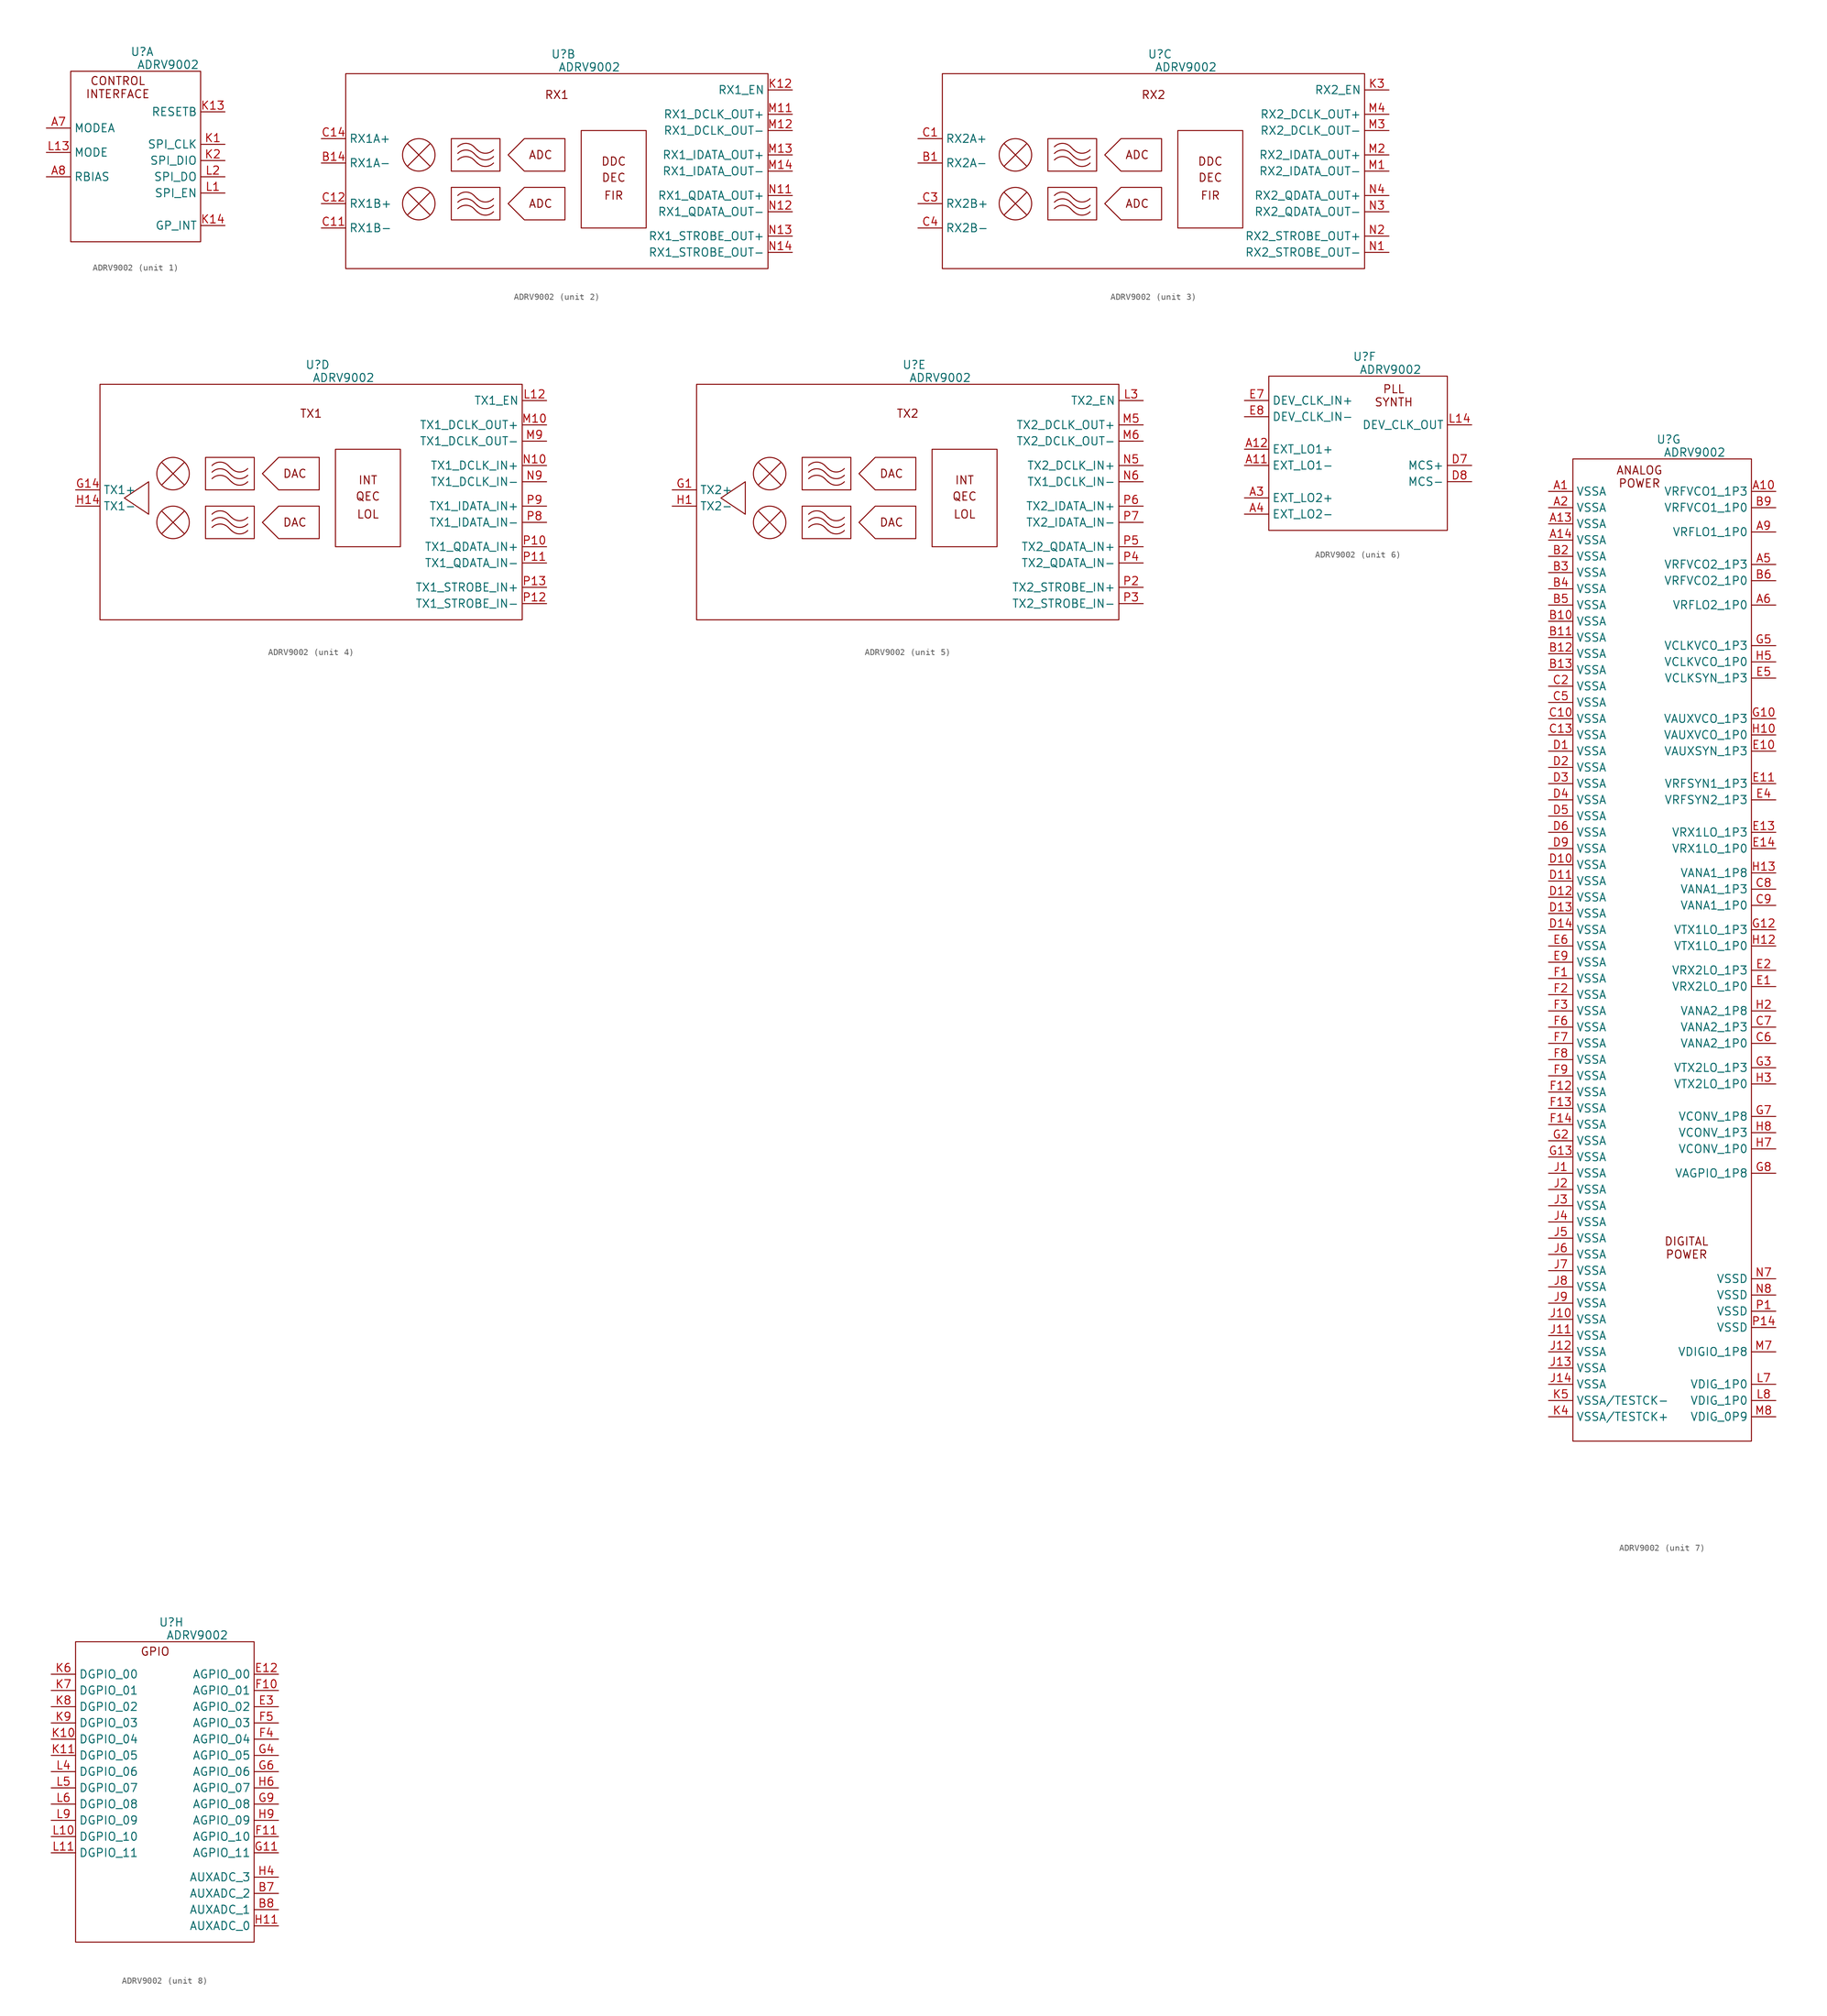
<source format=kicad_sym>
(kicad_symbol_lib
  (version 20231120)
  (generator "kicad_symbol_editor")
  (generator_version "8.0")
  (symbol "ADRV9002"
    (property "Reference" "U"
      (at 1.016 19.558 0)
      (effects (font (size 1.27 1.27))))
    (property "Value" "ADRV9002"
      (at 5.08 17.526 0)
      (effects (font (size 1.27 1.27))))
    (property "ki_locked" ""
      (at 0 0 0)
      (effects (font (size 1.27 1.27))))
    (symbol "ADRV9002_1_1"
      (rectangle (start -10.16 16.51) (end 10.16 -10.16) (stroke (width 0) (type default)) (fill (type none)))
      (text "CONTROL\nINTERFACE" (at -2.794 13.97 0) (effects (font (size 1.27 1.27))))
      (pin input line (at -13.97 7.62 0) (length 3.81) (name "MODEA" (effects (font (size 1.27 1.27)))) (number "A7" (effects (font (size 1.27 1.27)))))
      (pin passive line (at -13.97 0 0) (length 3.81) (name "RBIAS" (effects (font (size 1.27 1.27)))) (number "A8" (effects (font (size 1.27 1.27)))))
      (pin input line (at 13.97 5.08 180) (length 3.81) (name "SPI_CLK" (effects (font (size 1.27 1.27)))) (number "K1" (effects (font (size 1.27 1.27)))))
      (pin input line (at 13.97 10.16 180) (length 3.81) (name "RESETB" (effects (font (size 1.27 1.27)))) (number "K13" (effects (font (size 1.27 1.27)))))
      (pin output line (at 13.97 -7.62 180) (length 3.81) (name "GP_INT" (effects (font (size 1.27 1.27)))) (number "K14" (effects (font (size 1.27 1.27)))))
      (pin bidirectional line (at 13.97 2.54 180) (length 3.81) (name "SPI_DIO" (effects (font (size 1.27 1.27)))) (number "K2" (effects (font (size 1.27 1.27)))))
      (pin bidirectional line (at 13.97 -2.54 180) (length 3.81) (name "SPI_EN" (effects (font (size 1.27 1.27)))) (number "L1" (effects (font (size 1.27 1.27)))))
      (pin input line (at -13.97 3.81 0) (length 3.81) (name "MODE" (effects (font (size 1.27 1.27)))) (number "L13" (effects (font (size 1.27 1.27)))))
      (pin output line (at 13.97 0 180) (length 3.81) (name "SPI_DO" (effects (font (size 1.27 1.27)))) (number "L2" (effects (font (size 1.27 1.27))))))
    (symbol "ADRV9002_2_1"
      (rectangle (start -33.02 16.51) (end 33.02 -13.97) (stroke (width 0) (type default)) (fill (type none)))
      (circle (center -21.59 -3.81) (radius 2.54) (stroke (width 0) (type default)) (fill (type none)))
      (circle (center -21.59 3.81) (radius 2.54) (stroke (width 0) (type default)) (fill (type none)))
      (rectangle (start -16.51 -1.27) (end -8.89 -6.35) (stroke (width 0) (type default)) (fill (type none)))
      (rectangle (start -16.51 6.35) (end -8.89 1.27) (stroke (width 0) (type default)) (fill (type none)))
      (arc (start -12.954 -4.6028) (mid -14.224 -4.0676) (end -15.494 -4.6028) (stroke (width 0) (type default)) (fill (type none)))
      (arc (start -12.954 -3.5868) (mid -14.224 -3.0516) (end -15.494 -3.5868) (stroke (width 0) (type default)) (fill (type none)))
      (arc (start -12.954 -2.54) (mid -14.224 -2.0048) (end -15.494 -2.54) (stroke (width 0) (type default)) (fill (type none)))
      (arc (start -12.954 3.0172) (mid -14.224 3.5524) (end -15.494 3.0172) (stroke (width 0) (type default)) (fill (type none)))
      (arc (start -12.954 4.0332) (mid -14.224 4.5684) (end -15.494 4.0332) (stroke (width 0) (type default)) (fill (type none)))
      (arc (start -12.954 5.08) (mid -14.224 5.6152) (end -15.494 5.08) (stroke (width 0) (type default)) (fill (type none)))
      (arc (start -12.446 -5.08) (mid -11.176 -5.6152) (end -9.906 -5.08) (stroke (width 0) (type default)) (fill (type none)))
      (arc (start -12.446 -4.064) (mid -11.176 -4.5992) (end -9.906 -4.064) (stroke (width 0) (type default)) (fill (type none)))
      (arc (start -12.446 -3.0172) (mid -11.176 -3.5524) (end -9.906 -3.0172) (stroke (width 0) (type default)) (fill (type none)))
      (arc (start -12.446 2.54) (mid -11.176 2.0048) (end -9.906 2.54) (stroke (width 0) (type default)) (fill (type none)))
      (arc (start -12.446 3.556) (mid -11.176 3.0208) (end -9.906 3.556) (stroke (width 0) (type default)) (fill (type none)))
      (arc (start -12.446 4.6028) (mid -11.176 4.0676) (end -9.906 4.6028) (stroke (width 0) (type default)) (fill (type none)))
      (polyline (pts (xy -23.368 -5.588) (xy -21.59 -3.81)) (stroke (width 0) (type default)) (fill (type none)))
      (polyline (pts (xy -23.368 2.032) (xy -21.59 3.81)) (stroke (width 0) (type default)) (fill (type none)))
      (polyline (pts (xy -21.59 -3.81) (xy -23.368 -2.032)) (stroke (width 0) (type default)) (fill (type none)))
      (polyline (pts (xy -21.59 -3.81) (xy -19.812 -2.032)) (stroke (width 0) (type default)) (fill (type none)))
      (polyline (pts (xy -21.59 3.81) (xy -23.368 5.588)) (stroke (width 0) (type default)) (fill (type none)))
      (polyline (pts (xy -21.59 3.81) (xy -19.812 5.588)) (stroke (width 0) (type default)) (fill (type none)))
      (polyline (pts (xy -19.812 -5.588) (xy -21.59 -3.81)) (stroke (width 0) (type default)) (fill (type none)))
      (polyline (pts (xy -19.812 2.032) (xy -21.59 3.81)) (stroke (width 0) (type default)) (fill (type none)))
      (polyline (pts (xy -12.954 -4.603) (xy -12.446 -5.111)) (stroke (width 0) (type default)) (fill (type none)))
      (polyline (pts (xy -12.954 -3.587) (xy -12.446 -4.095)) (stroke (width 0) (type default)) (fill (type none)))
      (polyline (pts (xy -12.954 -2.54) (xy -12.446 -3.048)) (stroke (width 0) (type default)) (fill (type none)))
      (polyline (pts (xy -12.954 3.017) (xy -12.446 2.509)) (stroke (width 0) (type default)) (fill (type none)))
      (polyline (pts (xy -12.954 4.033) (xy -12.446 3.525)) (stroke (width 0) (type default)) (fill (type none)))
      (polyline (pts (xy -12.954 5.08) (xy -12.446 4.572)) (stroke (width 0) (type default)) (fill (type none)))
      (polyline (pts (xy -7.62 -3.81) (xy -5.08 -1.27) (xy 1.27 -1.27) (xy 1.27 -6.35) (xy -5.08 -6.35) (xy -7.62 -3.81)) (stroke (width 0) (type default)) (fill (type none)))
      (polyline (pts (xy -7.62 3.81) (xy -5.08 6.35) (xy 1.27 6.35) (xy 1.27 1.27) (xy -5.08 1.27) (xy -7.62 3.81)) (stroke (width 0) (type default)) (fill (type none)))
      (rectangle (start 3.81 7.62) (end 13.97 -7.62) (stroke (width 0) (type default)) (fill (type none)))
      (text "ADC" (at -2.54 -3.81 0) (effects (font (size 1.27 1.27))))
      (text "ADC" (at -2.54 3.81 0) (effects (font (size 1.27 1.27))))
      (text "DDC" (at 8.89 2.794 0) (effects (font (size 1.27 1.27))))
      (text "DEC" (at 8.89 0.254 0) (effects (font (size 1.27 1.27))))
      (text "FIR" (at 8.89 -2.54 0) (effects (font (size 1.27 1.27))))
      (text "RX1" (at 0 13.208 0) (effects (font (size 1.27 1.27))))
      (pin input line (at -36.83 2.54 0) (length 3.81) (name "RX1A-" (effects (font (size 1.27 1.27)))) (number "B14" (effects (font (size 1.27 1.27)))))
      (pin input line (at -36.83 -7.62 0) (length 3.81) (name "RX1B-" (effects (font (size 1.27 1.27)))) (number "C11" (effects (font (size 1.27 1.27)))))
      (pin input line (at -36.83 -3.81 0) (length 3.81) (name "RX1B+" (effects (font (size 1.27 1.27)))) (number "C12" (effects (font (size 1.27 1.27)))))
      (pin input line (at -36.83 6.35 0) (length 3.81) (name "RX1A+" (effects (font (size 1.27 1.27)))) (number "C14" (effects (font (size 1.27 1.27)))))
      (pin input line (at 36.83 13.97 180) (length 3.81) (name "RX1_EN" (effects (font (size 1.27 1.27)))) (number "K12" (effects (font (size 1.27 1.27)))))
      (pin output line (at 36.83 10.16 180) (length 3.81) (name "RX1_DCLK_OUT+" (effects (font (size 1.27 1.27)))) (number "M11" (effects (font (size 1.27 1.27)))))
      (pin output line (at 36.83 7.62 180) (length 3.81) (name "RX1_DCLK_OUT-" (effects (font (size 1.27 1.27)))) (number "M12" (effects (font (size 1.27 1.27)))))
      (pin output line (at 36.83 3.81 180) (length 3.81) (name "RX1_IDATA_OUT+" (effects (font (size 1.27 1.27)))) (number "M13" (effects (font (size 1.27 1.27)))))
      (pin output line (at 36.83 1.27 180) (length 3.81) (name "RX1_IDATA_OUT-" (effects (font (size 1.27 1.27)))) (number "M14" (effects (font (size 1.27 1.27)))))
      (pin output line (at 36.83 -2.54 180) (length 3.81) (name "RX1_QDATA_OUT+" (effects (font (size 1.27 1.27)))) (number "N11" (effects (font (size 1.27 1.27)))))
      (pin output line (at 36.83 -5.08 180) (length 3.81) (name "RX1_QDATA_OUT-" (effects (font (size 1.27 1.27)))) (number "N12" (effects (font (size 1.27 1.27)))))
      (pin output line (at 36.83 -8.89 180) (length 3.81) (name "RX1_STROBE_OUT+" (effects (font (size 1.27 1.27)))) (number "N13" (effects (font (size 1.27 1.27)))))
      (pin output line (at 36.83 -11.43 180) (length 3.81) (name "RX1_STROBE_OUT-" (effects (font (size 1.27 1.27)))) (number "N14" (effects (font (size 1.27 1.27))))))
    (symbol "ADRV9002_3_1"
      (rectangle (start -33.02 16.51) (end 33.02 -13.97) (stroke (width 0) (type default)) (fill (type none)))
      (circle (center -21.59 -3.81) (radius 2.54) (stroke (width 0) (type default)) (fill (type none)))
      (circle (center -21.59 3.81) (radius 2.54) (stroke (width 0) (type default)) (fill (type none)))
      (rectangle (start -16.51 -1.27) (end -8.89 -6.35) (stroke (width 0) (type default)) (fill (type none)))
      (rectangle (start -16.51 6.35) (end -8.89 1.27) (stroke (width 0) (type default)) (fill (type none)))
      (arc (start -12.954 -4.6028) (mid -14.224 -4.0676) (end -15.494 -4.6028) (stroke (width 0) (type default)) (fill (type none)))
      (arc (start -12.954 -3.5868) (mid -14.224 -3.0516) (end -15.494 -3.5868) (stroke (width 0) (type default)) (fill (type none)))
      (arc (start -12.954 -2.54) (mid -14.224 -2.0048) (end -15.494 -2.54) (stroke (width 0) (type default)) (fill (type none)))
      (arc (start -12.954 3.0172) (mid -14.224 3.5524) (end -15.494 3.0172) (stroke (width 0) (type default)) (fill (type none)))
      (arc (start -12.954 4.0332) (mid -14.224 4.5684) (end -15.494 4.0332) (stroke (width 0) (type default)) (fill (type none)))
      (arc (start -12.954 5.08) (mid -14.224 5.6152) (end -15.494 5.08) (stroke (width 0) (type default)) (fill (type none)))
      (arc (start -12.446 -5.08) (mid -11.176 -5.6152) (end -9.906 -5.08) (stroke (width 0) (type default)) (fill (type none)))
      (arc (start -12.446 -4.064) (mid -11.176 -4.5992) (end -9.906 -4.064) (stroke (width 0) (type default)) (fill (type none)))
      (arc (start -12.446 -3.0172) (mid -11.176 -3.5524) (end -9.906 -3.0172) (stroke (width 0) (type default)) (fill (type none)))
      (arc (start -12.446 2.54) (mid -11.176 2.0048) (end -9.906 2.54) (stroke (width 0) (type default)) (fill (type none)))
      (arc (start -12.446 3.556) (mid -11.176 3.0208) (end -9.906 3.556) (stroke (width 0) (type default)) (fill (type none)))
      (arc (start -12.446 4.6028) (mid -11.176 4.0676) (end -9.906 4.6028) (stroke (width 0) (type default)) (fill (type none)))
      (polyline (pts (xy -23.368 -5.588) (xy -21.59 -3.81)) (stroke (width 0) (type default)) (fill (type none)))
      (polyline (pts (xy -23.368 2.032) (xy -21.59 3.81)) (stroke (width 0) (type default)) (fill (type none)))
      (polyline (pts (xy -21.59 -3.81) (xy -23.368 -2.032)) (stroke (width 0) (type default)) (fill (type none)))
      (polyline (pts (xy -21.59 -3.81) (xy -19.812 -2.032)) (stroke (width 0) (type default)) (fill (type none)))
      (polyline (pts (xy -21.59 3.81) (xy -23.368 5.588)) (stroke (width 0) (type default)) (fill (type none)))
      (polyline (pts (xy -21.59 3.81) (xy -19.812 5.588)) (stroke (width 0) (type default)) (fill (type none)))
      (polyline (pts (xy -19.812 -5.588) (xy -21.59 -3.81)) (stroke (width 0) (type default)) (fill (type none)))
      (polyline (pts (xy -19.812 2.032) (xy -21.59 3.81)) (stroke (width 0) (type default)) (fill (type none)))
      (polyline (pts (xy -12.954 -4.603) (xy -12.446 -5.111)) (stroke (width 0) (type default)) (fill (type none)))
      (polyline (pts (xy -12.954 -3.587) (xy -12.446 -4.095)) (stroke (width 0) (type default)) (fill (type none)))
      (polyline (pts (xy -12.954 -2.54) (xy -12.446 -3.048)) (stroke (width 0) (type default)) (fill (type none)))
      (polyline (pts (xy -12.954 3.017) (xy -12.446 2.509)) (stroke (width 0) (type default)) (fill (type none)))
      (polyline (pts (xy -12.954 4.033) (xy -12.446 3.525)) (stroke (width 0) (type default)) (fill (type none)))
      (polyline (pts (xy -12.954 5.08) (xy -12.446 4.572)) (stroke (width 0) (type default)) (fill (type none)))
      (polyline (pts (xy -7.62 -3.81) (xy -5.08 -1.27) (xy 1.27 -1.27) (xy 1.27 -6.35) (xy -5.08 -6.35) (xy -7.62 -3.81)) (stroke (width 0) (type default)) (fill (type none)))
      (polyline (pts (xy -7.62 3.81) (xy -5.08 6.35) (xy 1.27 6.35) (xy 1.27 1.27) (xy -5.08 1.27) (xy -7.62 3.81)) (stroke (width 0) (type default)) (fill (type none)))
      (rectangle (start 3.81 7.62) (end 13.97 -7.62) (stroke (width 0) (type default)) (fill (type none)))
      (text "ADC" (at -2.54 -3.81 0) (effects (font (size 1.27 1.27))))
      (text "ADC" (at -2.54 3.81 0) (effects (font (size 1.27 1.27))))
      (text "DDC" (at 8.89 2.794 0) (effects (font (size 1.27 1.27))))
      (text "DEC" (at 8.89 0.254 0) (effects (font (size 1.27 1.27))))
      (text "FIR" (at 8.89 -2.54 0) (effects (font (size 1.27 1.27))))
      (text "RX2" (at 0 13.208 0) (effects (font (size 1.27 1.27))))
      (pin input line (at -36.83 2.54 0) (length 3.81) (name "RX2A-" (effects (font (size 1.27 1.27)))) (number "B1" (effects (font (size 1.27 1.27)))))
      (pin input line (at -36.83 6.35 0) (length 3.81) (name "RX2A+" (effects (font (size 1.27 1.27)))) (number "C1" (effects (font (size 1.27 1.27)))))
      (pin input line (at -36.83 -3.81 0) (length 3.81) (name "RX2B+" (effects (font (size 1.27 1.27)))) (number "C3" (effects (font (size 1.27 1.27)))))
      (pin input line (at -36.83 -7.62 0) (length 3.81) (name "RX2B-" (effects (font (size 1.27 1.27)))) (number "C4" (effects (font (size 1.27 1.27)))))
      (pin input line (at 36.83 13.97 180) (length 3.81) (name "RX2_EN" (effects (font (size 1.27 1.27)))) (number "K3" (effects (font (size 1.27 1.27)))))
      (pin output line (at 36.83 1.27 180) (length 3.81) (name "RX2_IDATA_OUT-" (effects (font (size 1.27 1.27)))) (number "M1" (effects (font (size 1.27 1.27)))))
      (pin output line (at 36.83 3.81 180) (length 3.81) (name "RX2_IDATA_OUT+" (effects (font (size 1.27 1.27)))) (number "M2" (effects (font (size 1.27 1.27)))))
      (pin output line (at 36.83 7.62 180) (length 3.81) (name "RX2_DCLK_OUT-" (effects (font (size 1.27 1.27)))) (number "M3" (effects (font (size 1.27 1.27)))))
      (pin output line (at 36.83 10.16 180) (length 3.81) (name "RX2_DCLK_OUT+" (effects (font (size 1.27 1.27)))) (number "M4" (effects (font (size 1.27 1.27)))))
      (pin output line (at 36.83 -11.43 180) (length 3.81) (name "RX2_STROBE_OUT-" (effects (font (size 1.27 1.27)))) (number "N1" (effects (font (size 1.27 1.27)))))
      (pin output line (at 36.83 -8.89 180) (length 3.81) (name "RX2_STROBE_OUT+" (effects (font (size 1.27 1.27)))) (number "N2" (effects (font (size 1.27 1.27)))))
      (pin output line (at 36.83 -5.08 180) (length 3.81) (name "RX2_QDATA_OUT-" (effects (font (size 1.27 1.27)))) (number "N3" (effects (font (size 1.27 1.27)))))
      (pin output line (at 36.83 -2.54 180) (length 3.81) (name "RX2_QDATA_OUT+" (effects (font (size 1.27 1.27)))) (number "N4" (effects (font (size 1.27 1.27))))))
    (symbol "ADRV9002_4_1"
      (rectangle (start -33.02 16.51) (end 33.02 -20.32) (stroke (width 0) (type default)) (fill (type none)))
      (circle (center -21.59 -5.08) (radius 2.54) (stroke (width 0) (type default)) (fill (type none)))
      (circle (center -21.59 2.54) (radius 2.54) (stroke (width 0) (type default)) (fill (type none)))
      (rectangle (start -16.51 -2.54) (end -8.89 -7.62) (stroke (width 0) (type default)) (fill (type none)))
      (rectangle (start -16.51 5.08) (end -8.89 0) (stroke (width 0) (type default)) (fill (type none)))
      (arc (start -12.954 -5.8728) (mid -14.224 -5.3376) (end -15.494 -5.8728) (stroke (width 0) (type default)) (fill (type none)))
      (arc (start -12.954 -4.8568) (mid -14.224 -4.3216) (end -15.494 -4.8568) (stroke (width 0) (type default)) (fill (type none)))
      (arc (start -12.954 -3.81) (mid -14.224 -3.2748) (end -15.494 -3.81) (stroke (width 0) (type default)) (fill (type none)))
      (arc (start -12.954 1.7472) (mid -14.224 2.2824) (end -15.494 1.7472) (stroke (width 0) (type default)) (fill (type none)))
      (arc (start -12.954 2.7632) (mid -14.224 3.2984) (end -15.494 2.7632) (stroke (width 0) (type default)) (fill (type none)))
      (arc (start -12.954 3.81) (mid -14.224 4.3452) (end -15.494 3.81) (stroke (width 0) (type default)) (fill (type none)))
      (arc (start -12.446 -6.35) (mid -11.176 -6.8852) (end -9.906 -6.35) (stroke (width 0) (type default)) (fill (type none)))
      (arc (start -12.446 -5.334) (mid -11.176 -5.8692) (end -9.906 -5.334) (stroke (width 0) (type default)) (fill (type none)))
      (arc (start -12.446 -4.2872) (mid -11.176 -4.8224) (end -9.906 -4.2872) (stroke (width 0) (type default)) (fill (type none)))
      (arc (start -12.446 1.27) (mid -11.176 0.7348) (end -9.906 1.27) (stroke (width 0) (type default)) (fill (type none)))
      (arc (start -12.446 2.286) (mid -11.176 1.7508) (end -9.906 2.286) (stroke (width 0) (type default)) (fill (type none)))
      (arc (start -12.446 3.3328) (mid -11.176 2.7976) (end -9.906 3.3328) (stroke (width 0) (type default)) (fill (type none)))
      (polyline (pts (xy -23.368 -6.858) (xy -21.59 -5.08)) (stroke (width 0) (type default)) (fill (type none)))
      (polyline (pts (xy -23.368 0.762) (xy -21.59 2.54)) (stroke (width 0) (type default)) (fill (type none)))
      (polyline (pts (xy -21.59 -5.08) (xy -23.368 -3.302)) (stroke (width 0) (type default)) (fill (type none)))
      (polyline (pts (xy -21.59 -5.08) (xy -19.812 -3.302)) (stroke (width 0) (type default)) (fill (type none)))
      (polyline (pts (xy -21.59 2.54) (xy -23.368 4.318)) (stroke (width 0) (type default)) (fill (type none)))
      (polyline (pts (xy -21.59 2.54) (xy -19.812 4.318)) (stroke (width 0) (type default)) (fill (type none)))
      (polyline (pts (xy -19.812 -6.858) (xy -21.59 -5.08)) (stroke (width 0) (type default)) (fill (type none)))
      (polyline (pts (xy -19.812 0.762) (xy -21.59 2.54)) (stroke (width 0) (type default)) (fill (type none)))
      (polyline (pts (xy -12.954 -5.873) (xy -12.446 -6.381)) (stroke (width 0) (type default)) (fill (type none)))
      (polyline (pts (xy -12.954 -4.857) (xy -12.446 -5.365)) (stroke (width 0) (type default)) (fill (type none)))
      (polyline (pts (xy -12.954 -3.81) (xy -12.446 -4.318)) (stroke (width 0) (type default)) (fill (type none)))
      (polyline (pts (xy -12.954 1.747) (xy -12.446 1.239)) (stroke (width 0) (type default)) (fill (type none)))
      (polyline (pts (xy -12.954 2.763) (xy -12.446 2.255)) (stroke (width 0) (type default)) (fill (type none)))
      (polyline (pts (xy -12.954 3.81) (xy -12.446 3.302)) (stroke (width 0) (type default)) (fill (type none)))
      (polyline (pts (xy -25.4 -3.81) (xy -29.21 -1.27) (xy -25.4 1.27) (xy -25.4 -3.81)) (stroke (width 0) (type default)) (fill (type none)))
      (polyline (pts (xy -7.62 -5.08) (xy -5.08 -2.54) (xy 1.27 -2.54) (xy 1.27 -7.62) (xy -5.08 -7.62) (xy -7.62 -5.08)) (stroke (width 0) (type default)) (fill (type none)))
      (polyline (pts (xy -7.62 2.54) (xy -5.08 5.08) (xy 1.27 5.08) (xy 1.27 0) (xy -5.08 0) (xy -7.62 2.54)) (stroke (width 0) (type default)) (fill (type none)))
      (rectangle (start 3.81 6.35) (end 13.97 -8.89) (stroke (width 0) (type default)) (fill (type none)))
      (text "DAC" (at -2.54 -5.08 0) (effects (font (size 1.27 1.27))))
      (text "DAC" (at -2.54 2.54 0) (effects (font (size 1.27 1.27))))
      (text "INT" (at 8.89 1.524 0) (effects (font (size 1.27 1.27))))
      (text "LOL" (at 8.89 -3.81 0) (effects (font (size 1.27 1.27))))
      (text "QEC" (at 8.89 -1.016 0) (effects (font (size 1.27 1.27))))
      (text "TX1" (at 0 11.938 0) (effects (font (size 1.27 1.27))))
      (pin output line (at -36.83 0 0) (length 3.81) (name "TX1+" (effects (font (size 1.27 1.27)))) (number "G14" (effects (font (size 1.27 1.27)))))
      (pin output line (at -36.83 -2.54 0) (length 3.81) (name "TX1-" (effects (font (size 1.27 1.27)))) (number "H14" (effects (font (size 1.27 1.27)))))
      (pin input line (at 36.83 13.97 180) (length 3.81) (name "TX1_EN" (effects (font (size 1.27 1.27)))) (number "L12" (effects (font (size 1.27 1.27)))))
      (pin output line (at 36.83 10.16 180) (length 3.81) (name "TX1_DCLK_OUT+" (effects (font (size 1.27 1.27)))) (number "M10" (effects (font (size 1.27 1.27)))))
      (pin output line (at 36.83 7.62 180) (length 3.81) (name "TX1_DCLK_OUT-" (effects (font (size 1.27 1.27)))) (number "M9" (effects (font (size 1.27 1.27)))))
      (pin input line (at 36.83 3.81 180) (length 3.81) (name "TX1_DCLK_IN+" (effects (font (size 1.27 1.27)))) (number "N10" (effects (font (size 1.27 1.27)))))
      (pin input line (at 36.83 1.27 180) (length 3.81) (name "TX1_DCLK_IN-" (effects (font (size 1.27 1.27)))) (number "N9" (effects (font (size 1.27 1.27)))))
      (pin input line (at 36.83 -8.89 180) (length 3.81) (name "TX1_QDATA_IN+" (effects (font (size 1.27 1.27)))) (number "P10" (effects (font (size 1.27 1.27)))))
      (pin input line (at 36.83 -11.43 180) (length 3.81) (name "TX1_QDATA_IN-" (effects (font (size 1.27 1.27)))) (number "P11" (effects (font (size 1.27 1.27)))))
      (pin input line (at 36.83 -17.78 180) (length 3.81) (name "TX1_STROBE_IN-" (effects (font (size 1.27 1.27)))) (number "P12" (effects (font (size 1.27 1.27)))))
      (pin input line (at 36.83 -15.24 180) (length 3.81) (name "TX1_STROBE_IN+" (effects (font (size 1.27 1.27)))) (number "P13" (effects (font (size 1.27 1.27)))))
      (pin input line (at 36.83 -5.08 180) (length 3.81) (name "TX1_IDATA_IN-" (effects (font (size 1.27 1.27)))) (number "P8" (effects (font (size 1.27 1.27)))))
      (pin input line (at 36.83 -2.54 180) (length 3.81) (name "TX1_IDATA_IN+" (effects (font (size 1.27 1.27)))) (number "P9" (effects (font (size 1.27 1.27))))))
    (symbol "ADRV9002_5_1"
      (rectangle (start -33.02 16.51) (end 33.02 -20.32) (stroke (width 0) (type default)) (fill (type none)))
      (circle (center -21.59 -5.08) (radius 2.54) (stroke (width 0) (type default)) (fill (type none)))
      (circle (center -21.59 2.54) (radius 2.54) (stroke (width 0) (type default)) (fill (type none)))
      (rectangle (start -16.51 -2.54) (end -8.89 -7.62) (stroke (width 0) (type default)) (fill (type none)))
      (rectangle (start -16.51 5.08) (end -8.89 0) (stroke (width 0) (type default)) (fill (type none)))
      (arc (start -12.954 -5.8728) (mid -14.224 -5.3376) (end -15.494 -5.8728) (stroke (width 0) (type default)) (fill (type none)))
      (arc (start -12.954 -4.8568) (mid -14.224 -4.3216) (end -15.494 -4.8568) (stroke (width 0) (type default)) (fill (type none)))
      (arc (start -12.954 -3.81) (mid -14.224 -3.2748) (end -15.494 -3.81) (stroke (width 0) (type default)) (fill (type none)))
      (arc (start -12.954 1.7472) (mid -14.224 2.2824) (end -15.494 1.7472) (stroke (width 0) (type default)) (fill (type none)))
      (arc (start -12.954 2.7632) (mid -14.224 3.2984) (end -15.494 2.7632) (stroke (width 0) (type default)) (fill (type none)))
      (arc (start -12.954 3.81) (mid -14.224 4.3452) (end -15.494 3.81) (stroke (width 0) (type default)) (fill (type none)))
      (arc (start -12.446 -6.35) (mid -11.176 -6.8852) (end -9.906 -6.35) (stroke (width 0) (type default)) (fill (type none)))
      (arc (start -12.446 -5.334) (mid -11.176 -5.8692) (end -9.906 -5.334) (stroke (width 0) (type default)) (fill (type none)))
      (arc (start -12.446 -4.2872) (mid -11.176 -4.8224) (end -9.906 -4.2872) (stroke (width 0) (type default)) (fill (type none)))
      (arc (start -12.446 1.27) (mid -11.176 0.7348) (end -9.906 1.27) (stroke (width 0) (type default)) (fill (type none)))
      (arc (start -12.446 2.286) (mid -11.176 1.7508) (end -9.906 2.286) (stroke (width 0) (type default)) (fill (type none)))
      (arc (start -12.446 3.3328) (mid -11.176 2.7976) (end -9.906 3.3328) (stroke (width 0) (type default)) (fill (type none)))
      (polyline (pts (xy -23.368 -6.858) (xy -21.59 -5.08)) (stroke (width 0) (type default)) (fill (type none)))
      (polyline (pts (xy -23.368 0.762) (xy -21.59 2.54)) (stroke (width 0) (type default)) (fill (type none)))
      (polyline (pts (xy -21.59 -5.08) (xy -23.368 -3.302)) (stroke (width 0) (type default)) (fill (type none)))
      (polyline (pts (xy -21.59 -5.08) (xy -19.812 -3.302)) (stroke (width 0) (type default)) (fill (type none)))
      (polyline (pts (xy -21.59 2.54) (xy -23.368 4.318)) (stroke (width 0) (type default)) (fill (type none)))
      (polyline (pts (xy -21.59 2.54) (xy -19.812 4.318)) (stroke (width 0) (type default)) (fill (type none)))
      (polyline (pts (xy -19.812 -6.858) (xy -21.59 -5.08)) (stroke (width 0) (type default)) (fill (type none)))
      (polyline (pts (xy -19.812 0.762) (xy -21.59 2.54)) (stroke (width 0) (type default)) (fill (type none)))
      (polyline (pts (xy -12.954 -5.873) (xy -12.446 -6.381)) (stroke (width 0) (type default)) (fill (type none)))
      (polyline (pts (xy -12.954 -4.857) (xy -12.446 -5.365)) (stroke (width 0) (type default)) (fill (type none)))
      (polyline (pts (xy -12.954 -3.81) (xy -12.446 -4.318)) (stroke (width 0) (type default)) (fill (type none)))
      (polyline (pts (xy -12.954 1.747) (xy -12.446 1.239)) (stroke (width 0) (type default)) (fill (type none)))
      (polyline (pts (xy -12.954 2.763) (xy -12.446 2.255)) (stroke (width 0) (type default)) (fill (type none)))
      (polyline (pts (xy -12.954 3.81) (xy -12.446 3.302)) (stroke (width 0) (type default)) (fill (type none)))
      (polyline (pts (xy -25.4 -3.81) (xy -29.21 -1.27) (xy -25.4 1.27) (xy -25.4 -3.81)) (stroke (width 0) (type default)) (fill (type none)))
      (polyline (pts (xy -7.62 -5.08) (xy -5.08 -2.54) (xy 1.27 -2.54) (xy 1.27 -7.62) (xy -5.08 -7.62) (xy -7.62 -5.08)) (stroke (width 0) (type default)) (fill (type none)))
      (polyline (pts (xy -7.62 2.54) (xy -5.08 5.08) (xy 1.27 5.08) (xy 1.27 0) (xy -5.08 0) (xy -7.62 2.54)) (stroke (width 0) (type default)) (fill (type none)))
      (rectangle (start 3.81 6.35) (end 13.97 -8.89) (stroke (width 0) (type default)) (fill (type none)))
      (text "DAC" (at -2.54 -5.08 0) (effects (font (size 1.27 1.27))))
      (text "DAC" (at -2.54 2.54 0) (effects (font (size 1.27 1.27))))
      (text "INT" (at 8.89 1.524 0) (effects (font (size 1.27 1.27))))
      (text "LOL" (at 8.89 -3.81 0) (effects (font (size 1.27 1.27))))
      (text "QEC" (at 8.89 -1.016 0) (effects (font (size 1.27 1.27))))
      (text "TX2" (at 0 11.938 0) (effects (font (size 1.27 1.27))))
      (pin output line (at -36.83 0 0) (length 3.81) (name "TX2+" (effects (font (size 1.27 1.27)))) (number "G1" (effects (font (size 1.27 1.27)))))
      (pin output line (at -36.83 -2.54 0) (length 3.81) (name "TX2-" (effects (font (size 1.27 1.27)))) (number "H1" (effects (font (size 1.27 1.27)))))
      (pin input line (at 36.83 13.97 180) (length 3.81) (name "TX2_EN" (effects (font (size 1.27 1.27)))) (number "L3" (effects (font (size 1.27 1.27)))))
      (pin output line (at 36.83 10.16 180) (length 3.81) (name "TX2_DCLK_OUT+" (effects (font (size 1.27 1.27)))) (number "M5" (effects (font (size 1.27 1.27)))))
      (pin output line (at 36.83 7.62 180) (length 3.81) (name "TX2_DCLK_OUT-" (effects (font (size 1.27 1.27)))) (number "M6" (effects (font (size 1.27 1.27)))))
      (pin input line (at 36.83 3.81 180) (length 3.81) (name "TX2_DCLK_IN+" (effects (font (size 1.27 1.27)))) (number "N5" (effects (font (size 1.27 1.27)))))
      (pin input line (at 36.83 1.27 180) (length 3.81) (name "TX1_DCLK_IN-" (effects (font (size 1.27 1.27)))) (number "N6" (effects (font (size 1.27 1.27)))))
      (pin input line (at 36.83 -15.24 180) (length 3.81) (name "TX2_STROBE_IN+" (effects (font (size 1.27 1.27)))) (number "P2" (effects (font (size 1.27 1.27)))))
      (pin input line (at 36.83 -17.78 180) (length 3.81) (name "TX2_STROBE_IN-" (effects (font (size 1.27 1.27)))) (number "P3" (effects (font (size 1.27 1.27)))))
      (pin input line (at 36.83 -11.43 180) (length 3.81) (name "TX2_QDATA_IN-" (effects (font (size 1.27 1.27)))) (number "P4" (effects (font (size 1.27 1.27)))))
      (pin input line (at 36.83 -8.89 180) (length 3.81) (name "TX2_QDATA_IN+" (effects (font (size 1.27 1.27)))) (number "P5" (effects (font (size 1.27 1.27)))))
      (pin input line (at 36.83 -2.54 180) (length 3.81) (name "TX2_IDATA_IN+" (effects (font (size 1.27 1.27)))) (number "P6" (effects (font (size 1.27 1.27)))))
      (pin input line (at 36.83 -5.08 180) (length 3.81) (name "TX2_IDATA_IN-" (effects (font (size 1.27 1.27)))) (number "P7" (effects (font (size 1.27 1.27))))))
    (symbol "ADRV9002_6_1"
      (rectangle (start -13.97 16.51) (end 13.97 -7.62) (stroke (width 0) (type default)) (fill (type none)))
      (text "PLL\nSYNTH" (at 5.588 13.462 0) (effects (font (size 1.27 1.27))))
      (pin input line (at -17.78 2.54 0) (length 3.81) (name "EXT_LO1-" (effects (font (size 1.27 1.27)))) (number "A11" (effects (font (size 1.27 1.27)))))
      (pin input line (at -17.78 5.08 0) (length 3.81) (name "EXT_LO1+" (effects (font (size 1.27 1.27)))) (number "A12" (effects (font (size 1.27 1.27)))))
      (pin input line (at -17.78 -2.54 0) (length 3.81) (name "EXT_LO2+" (effects (font (size 1.27 1.27)))) (number "A3" (effects (font (size 1.27 1.27)))))
      (pin input line (at -17.78 -5.08 0) (length 3.81) (name "EXT_LO2-" (effects (font (size 1.27 1.27)))) (number "A4" (effects (font (size 1.27 1.27)))))
      (pin input line (at 17.78 2.54 180) (length 3.81) (name "MCS+" (effects (font (size 1.27 1.27)))) (number "D7" (effects (font (size 1.27 1.27)))))
      (pin input line (at 17.78 0 180) (length 3.81) (name "MCS-" (effects (font (size 1.27 1.27)))) (number "D8" (effects (font (size 1.27 1.27)))))
      (pin input line (at -17.78 12.7 0) (length 3.81) (name "DEV_CLK_IN+" (effects (font (size 1.27 1.27)))) (number "E7" (effects (font (size 1.27 1.27)))))
      (pin input line (at -17.78 10.16 0) (length 3.81) (name "DEV_CLK_IN-" (effects (font (size 1.27 1.27)))) (number "E8" (effects (font (size 1.27 1.27)))))
      (pin output line (at 17.78 8.89 180) (length 3.81) (name "DEV_CLK_OUT" (effects (font (size 1.27 1.27)))) (number "L14" (effects (font (size 1.27 1.27))))))
    (symbol "ADRV9002_7_1"
      (rectangle (start -13.97 16.51) (end 13.97 -137.16) (stroke (width 0) (type default)) (fill (type none)))
      (text "ANALOG\nPOWER" (at -3.556 13.716 0) (effects (font (size 1.27 1.27))))
      (text "DIGITAL\nPOWER" (at 3.81 -106.934 0) (effects (font (size 1.27 1.27))))
      (pin passive line (at -17.78 11.43 0) (length 3.81) (name "VSSA" (effects (font (size 1.27 1.27)))) (number "A1" (effects (font (size 1.27 1.27)))))
      (pin power_in line (at 17.78 11.43 180) (length 3.81) (name "VRFVCO1_1P3" (effects (font (size 1.27 1.27)))) (number "A10" (effects (font (size 1.27 1.27)))))
      (pin passive line (at -17.78 6.35 0) (length 3.81) (name "VSSA" (effects (font (size 1.27 1.27)))) (number "A13" (effects (font (size 1.27 1.27)))))
      (pin passive line (at -17.78 3.81 0) (length 3.81) (name "VSSA" (effects (font (size 1.27 1.27)))) (number "A14" (effects (font (size 1.27 1.27)))))
      (pin passive line (at -17.78 8.89 0) (length 3.81) (name "VSSA" (effects (font (size 1.27 1.27)))) (number "A2" (effects (font (size 1.27 1.27)))))
      (pin power_in line (at 17.78 0 180) (length 3.81) (name "VRFVCO2_1P3" (effects (font (size 1.27 1.27)))) (number "A5" (effects (font (size 1.27 1.27)))))
      (pin power_in line (at 17.78 -6.35 180) (length 3.81) (name "VRFLO2_1P0" (effects (font (size 1.27 1.27)))) (number "A6" (effects (font (size 1.27 1.27)))))
      (pin power_in line (at 17.78 5.08 180) (length 3.81) (name "VRFLO1_1P0" (effects (font (size 1.27 1.27)))) (number "A9" (effects (font (size 1.27 1.27)))))
      (pin passive line (at -17.78 -8.89 0) (length 3.81) (name "VSSA" (effects (font (size 1.27 1.27)))) (number "B10" (effects (font (size 1.27 1.27)))))
      (pin passive line (at -17.78 -11.43 0) (length 3.81) (name "VSSA" (effects (font (size 1.27 1.27)))) (number "B11" (effects (font (size 1.27 1.27)))))
      (pin passive line (at -17.78 -13.97 0) (length 3.81) (name "VSSA" (effects (font (size 1.27 1.27)))) (number "B12" (effects (font (size 1.27 1.27)))))
      (pin passive line (at -17.78 -16.51 0) (length 3.81) (name "VSSA" (effects (font (size 1.27 1.27)))) (number "B13" (effects (font (size 1.27 1.27)))))
      (pin passive line (at -17.78 1.27 0) (length 3.81) (name "VSSA" (effects (font (size 1.27 1.27)))) (number "B2" (effects (font (size 1.27 1.27)))))
      (pin passive line (at -17.78 -1.27 0) (length 3.81) (name "VSSA" (effects (font (size 1.27 1.27)))) (number "B3" (effects (font (size 1.27 1.27)))))
      (pin passive line (at -17.78 -3.81 0) (length 3.81) (name "VSSA" (effects (font (size 1.27 1.27)))) (number "B4" (effects (font (size 1.27 1.27)))))
      (pin passive line (at -17.78 -6.35 0) (length 3.81) (name "VSSA" (effects (font (size 1.27 1.27)))) (number "B5" (effects (font (size 1.27 1.27)))))
      (pin power_in line (at 17.78 -2.54 180) (length 3.81) (name "VRFVCO2_1P0" (effects (font (size 1.27 1.27)))) (number "B6" (effects (font (size 1.27 1.27)))))
      (pin power_in line (at 17.78 8.89 180) (length 3.81) (name "VRFVCO1_1P0" (effects (font (size 1.27 1.27)))) (number "B9" (effects (font (size 1.27 1.27)))))
      (pin passive line (at -17.78 -24.13 0) (length 3.81) (name "VSSA" (effects (font (size 1.27 1.27)))) (number "C10" (effects (font (size 1.27 1.27)))))
      (pin passive line (at -17.78 -26.67 0) (length 3.81) (name "VSSA" (effects (font (size 1.27 1.27)))) (number "C13" (effects (font (size 1.27 1.27)))))
      (pin passive line (at -17.78 -19.05 0) (length 3.81) (name "VSSA" (effects (font (size 1.27 1.27)))) (number "C2" (effects (font (size 1.27 1.27)))))
      (pin passive line (at -17.78 -21.59 0) (length 3.81) (name "VSSA" (effects (font (size 1.27 1.27)))) (number "C5" (effects (font (size 1.27 1.27)))))
      (pin power_in line (at 17.78 -74.93 180) (length 3.81) (name "VANA2_1P0" (effects (font (size 1.27 1.27)))) (number "C6" (effects (font (size 1.27 1.27)))))
      (pin power_in line (at 17.78 -72.39 180) (length 3.81) (name "VANA2_1P3" (effects (font (size 1.27 1.27)))) (number "C7" (effects (font (size 1.27 1.27)))))
      (pin power_in line (at 17.78 -50.8 180) (length 3.81) (name "VANA1_1P3" (effects (font (size 1.27 1.27)))) (number "C8" (effects (font (size 1.27 1.27)))))
      (pin power_in line (at 17.78 -53.34 180) (length 3.81) (name "VANA1_1P0" (effects (font (size 1.27 1.27)))) (number "C9" (effects (font (size 1.27 1.27)))))
      (pin passive line (at -17.78 -29.21 0) (length 3.81) (name "VSSA" (effects (font (size 1.27 1.27)))) (number "D1" (effects (font (size 1.27 1.27)))))
      (pin passive line (at -17.78 -46.99 0) (length 3.81) (name "VSSA" (effects (font (size 1.27 1.27)))) (number "D10" (effects (font (size 1.27 1.27)))))
      (pin passive line (at -17.78 -49.53 0) (length 3.81) (name "VSSA" (effects (font (size 1.27 1.27)))) (number "D11" (effects (font (size 1.27 1.27)))))
      (pin passive line (at -17.78 -52.07 0) (length 3.81) (name "VSSA" (effects (font (size 1.27 1.27)))) (number "D12" (effects (font (size 1.27 1.27)))))
      (pin passive line (at -17.78 -54.61 0) (length 3.81) (name "VSSA" (effects (font (size 1.27 1.27)))) (number "D13" (effects (font (size 1.27 1.27)))))
      (pin passive line (at -17.78 -57.15 0) (length 3.81) (name "VSSA" (effects (font (size 1.27 1.27)))) (number "D14" (effects (font (size 1.27 1.27)))))
      (pin passive line (at -17.78 -31.75 0) (length 3.81) (name "VSSA" (effects (font (size 1.27 1.27)))) (number "D2" (effects (font (size 1.27 1.27)))))
      (pin passive line (at -17.78 -34.29 0) (length 3.81) (name "VSSA" (effects (font (size 1.27 1.27)))) (number "D3" (effects (font (size 1.27 1.27)))))
      (pin passive line (at -17.78 -36.83 0) (length 3.81) (name "VSSA" (effects (font (size 1.27 1.27)))) (number "D4" (effects (font (size 1.27 1.27)))))
      (pin passive line (at -17.78 -39.37 0) (length 3.81) (name "VSSA" (effects (font (size 1.27 1.27)))) (number "D5" (effects (font (size 1.27 1.27)))))
      (pin passive line (at -17.78 -41.91 0) (length 3.81) (name "VSSA" (effects (font (size 1.27 1.27)))) (number "D6" (effects (font (size 1.27 1.27)))))
      (pin passive line (at -17.78 -44.45 0) (length 3.81) (name "VSSA" (effects (font (size 1.27 1.27)))) (number "D9" (effects (font (size 1.27 1.27)))))
      (pin power_in line (at 17.78 -66.04 180) (length 3.81) (name "VRX2LO_1P0" (effects (font (size 1.27 1.27)))) (number "E1" (effects (font (size 1.27 1.27)))))
      (pin power_in line (at 17.78 -29.21 180) (length 3.81) (name "VAUXSYN_1P3" (effects (font (size 1.27 1.27)))) (number "E10" (effects (font (size 1.27 1.27)))))
      (pin power_in line (at 17.78 -34.29 180) (length 3.81) (name "VRFSYN1_1P3" (effects (font (size 1.27 1.27)))) (number "E11" (effects (font (size 1.27 1.27)))))
      (pin power_in line (at 17.78 -41.91 180) (length 3.81) (name "VRX1LO_1P3" (effects (font (size 1.27 1.27)))) (number "E13" (effects (font (size 1.27 1.27)))))
      (pin power_in line (at 17.78 -44.45 180) (length 3.81) (name "VRX1LO_1P0" (effects (font (size 1.27 1.27)))) (number "E14" (effects (font (size 1.27 1.27)))))
      (pin power_in line (at 17.78 -63.5 180) (length 3.81) (name "VRX2LO_1P3" (effects (font (size 1.27 1.27)))) (number "E2" (effects (font (size 1.27 1.27)))))
      (pin power_in line (at 17.78 -36.83 180) (length 3.81) (name "VRFSYN2_1P3" (effects (font (size 1.27 1.27)))) (number "E4" (effects (font (size 1.27 1.27)))))
      (pin power_in line (at 17.78 -17.78 180) (length 3.81) (name "VCLKSYN_1P3" (effects (font (size 1.27 1.27)))) (number "E5" (effects (font (size 1.27 1.27)))))
      (pin passive line (at -17.78 -59.69 0) (length 3.81) (name "VSSA" (effects (font (size 1.27 1.27)))) (number "E6" (effects (font (size 1.27 1.27)))))
      (pin passive line (at -17.78 -62.23 0) (length 3.81) (name "VSSA" (effects (font (size 1.27 1.27)))) (number "E9" (effects (font (size 1.27 1.27)))))
      (pin passive line (at -17.78 -64.77 0) (length 3.81) (name "VSSA" (effects (font (size 1.27 1.27)))) (number "F1" (effects (font (size 1.27 1.27)))))
      (pin passive line (at -17.78 -82.55 0) (length 3.81) (name "VSSA" (effects (font (size 1.27 1.27)))) (number "F12" (effects (font (size 1.27 1.27)))))
      (pin passive line (at -17.78 -85.09 0) (length 3.81) (name "VSSA" (effects (font (size 1.27 1.27)))) (number "F13" (effects (font (size 1.27 1.27)))))
      (pin passive line (at -17.78 -87.63 0) (length 3.81) (name "VSSA" (effects (font (size 1.27 1.27)))) (number "F14" (effects (font (size 1.27 1.27)))))
      (pin passive line (at -17.78 -67.31 0) (length 3.81) (name "VSSA" (effects (font (size 1.27 1.27)))) (number "F2" (effects (font (size 1.27 1.27)))))
      (pin passive line (at -17.78 -69.85 0) (length 3.81) (name "VSSA" (effects (font (size 1.27 1.27)))) (number "F3" (effects (font (size 1.27 1.27)))))
      (pin passive line (at -17.78 -72.39 0) (length 3.81) (name "VSSA" (effects (font (size 1.27 1.27)))) (number "F6" (effects (font (size 1.27 1.27)))))
      (pin passive line (at -17.78 -74.93 0) (length 3.81) (name "VSSA" (effects (font (size 1.27 1.27)))) (number "F7" (effects (font (size 1.27 1.27)))))
      (pin passive line (at -17.78 -77.47 0) (length 3.81) (name "VSSA" (effects (font (size 1.27 1.27)))) (number "F8" (effects (font (size 1.27 1.27)))))
      (pin passive line (at -17.78 -80.01 0) (length 3.81) (name "VSSA" (effects (font (size 1.27 1.27)))) (number "F9" (effects (font (size 1.27 1.27)))))
      (pin power_in line (at 17.78 -24.13 180) (length 3.81) (name "VAUXVCO_1P3" (effects (font (size 1.27 1.27)))) (number "G10" (effects (font (size 1.27 1.27)))))
      (pin power_in line (at 17.78 -57.15 180) (length 3.81) (name "VTX1LO_1P3" (effects (font (size 1.27 1.27)))) (number "G12" (effects (font (size 1.27 1.27)))))
      (pin passive line (at -17.78 -92.71 0) (length 3.81) (name "VSSA" (effects (font (size 1.27 1.27)))) (number "G13" (effects (font (size 1.27 1.27)))))
      (pin passive line (at -17.78 -90.17 0) (length 3.81) (name "VSSA" (effects (font (size 1.27 1.27)))) (number "G2" (effects (font (size 1.27 1.27)))))
      (pin power_in line (at 17.78 -78.74 180) (length 3.81) (name "VTX2LO_1P3" (effects (font (size 1.27 1.27)))) (number "G3" (effects (font (size 1.27 1.27)))))
      (pin power_in line (at 17.78 -12.7 180) (length 3.81) (name "VCLKVCO_1P3" (effects (font (size 1.27 1.27)))) (number "G5" (effects (font (size 1.27 1.27)))))
      (pin power_in line (at 17.78 -86.36 180) (length 3.81) (name "VCONV_1P8" (effects (font (size 1.27 1.27)))) (number "G7" (effects (font (size 1.27 1.27)))))
      (pin power_in line (at 17.78 -95.25 180) (length 3.81) (name "VAGPIO_1P8" (effects (font (size 1.27 1.27)))) (number "G8" (effects (font (size 1.27 1.27)))))
      (pin power_in line (at 17.78 -26.67 180) (length 3.81) (name "VAUXVCO_1P0" (effects (font (size 1.27 1.27)))) (number "H10" (effects (font (size 1.27 1.27)))))
      (pin power_in line (at 17.78 -59.69 180) (length 3.81) (name "VTX1LO_1P0" (effects (font (size 1.27 1.27)))) (number "H12" (effects (font (size 1.27 1.27)))))
      (pin power_in line (at 17.78 -48.26 180) (length 3.81) (name "VANA1_1P8" (effects (font (size 1.27 1.27)))) (number "H13" (effects (font (size 1.27 1.27)))))
      (pin power_in line (at 17.78 -69.85 180) (length 3.81) (name "VANA2_1P8" (effects (font (size 1.27 1.27)))) (number "H2" (effects (font (size 1.27 1.27)))))
      (pin power_in line (at 17.78 -81.28 180) (length 3.81) (name "VTX2LO_1P0" (effects (font (size 1.27 1.27)))) (number "H3" (effects (font (size 1.27 1.27)))))
      (pin power_in line (at 17.78 -15.24 180) (length 3.81) (name "VCLKVCO_1P0" (effects (font (size 1.27 1.27)))) (number "H5" (effects (font (size 1.27 1.27)))))
      (pin power_in line (at 17.78 -91.44 180) (length 3.81) (name "VCONV_1P0" (effects (font (size 1.27 1.27)))) (number "H7" (effects (font (size 1.27 1.27)))))
      (pin power_in line (at 17.78 -88.9 180) (length 3.81) (name "VCONV_1P3" (effects (font (size 1.27 1.27)))) (number "H8" (effects (font (size 1.27 1.27)))))
      (pin passive line (at -17.78 -95.25 0) (length 3.81) (name "VSSA" (effects (font (size 1.27 1.27)))) (number "J1" (effects (font (size 1.27 1.27)))))
      (pin passive line (at -17.78 -118.11 0) (length 3.81) (name "VSSA" (effects (font (size 1.27 1.27)))) (number "J10" (effects (font (size 1.27 1.27)))))
      (pin passive line (at -17.78 -120.65 0) (length 3.81) (name "VSSA" (effects (font (size 1.27 1.27)))) (number "J11" (effects (font (size 1.27 1.27)))))
      (pin passive line (at -17.78 -123.19 0) (length 3.81) (name "VSSA" (effects (font (size 1.27 1.27)))) (number "J12" (effects (font (size 1.27 1.27)))))
      (pin passive line (at -17.78 -125.73 0) (length 3.81) (name "VSSA" (effects (font (size 1.27 1.27)))) (number "J13" (effects (font (size 1.27 1.27)))))
      (pin passive line (at -17.78 -128.27 0) (length 3.81) (name "VSSA" (effects (font (size 1.27 1.27)))) (number "J14" (effects (font (size 1.27 1.27)))))
      (pin passive line (at -17.78 -97.79 0) (length 3.81) (name "VSSA" (effects (font (size 1.27 1.27)))) (number "J2" (effects (font (size 1.27 1.27)))))
      (pin passive line (at -17.78 -100.33 0) (length 3.81) (name "VSSA" (effects (font (size 1.27 1.27)))) (number "J3" (effects (font (size 1.27 1.27)))))
      (pin passive line (at -17.78 -102.87 0) (length 3.81) (name "VSSA" (effects (font (size 1.27 1.27)))) (number "J4" (effects (font (size 1.27 1.27)))))
      (pin passive line (at -17.78 -105.41 0) (length 3.81) (name "VSSA" (effects (font (size 1.27 1.27)))) (number "J5" (effects (font (size 1.27 1.27)))))
      (pin passive line (at -17.78 -107.95 0) (length 3.81) (name "VSSA" (effects (font (size 1.27 1.27)))) (number "J6" (effects (font (size 1.27 1.27)))))
      (pin passive line (at -17.78 -110.49 0) (length 3.81) (name "VSSA" (effects (font (size 1.27 1.27)))) (number "J7" (effects (font (size 1.27 1.27)))))
      (pin passive line (at -17.78 -113.03 0) (length 3.81) (name "VSSA" (effects (font (size 1.27 1.27)))) (number "J8" (effects (font (size 1.27 1.27)))))
      (pin passive line (at -17.78 -115.57 0) (length 3.81) (name "VSSA" (effects (font (size 1.27 1.27)))) (number "J9" (effects (font (size 1.27 1.27)))))
      (pin input line (at -17.78 -133.35 0) (length 3.81) (name "VSSA/TESTCK+" (effects (font (size 1.27 1.27)))) (number "K4" (effects (font (size 1.27 1.27)))))
      (pin input line (at -17.78 -130.81 0) (length 3.81) (name "VSSA/TESTCK-" (effects (font (size 1.27 1.27)))) (number "K5" (effects (font (size 1.27 1.27)))))
      (pin power_in line (at 17.78 -128.27 180) (length 3.81) (name "VDIG_1P0" (effects (font (size 1.27 1.27)))) (number "L7" (effects (font (size 1.27 1.27)))))
      (pin power_in line (at 17.78 -130.81 180) (length 3.81) (name "VDIG_1P0" (effects (font (size 1.27 1.27)))) (number "L8" (effects (font (size 1.27 1.27)))))
      (pin power_in line (at 17.78 -123.19 180) (length 3.81) (name "VDIGIO_1P8" (effects (font (size 1.27 1.27)))) (number "M7" (effects (font (size 1.27 1.27)))))
      (pin power_in line (at 17.78 -133.35 180) (length 3.81) (name "VDIG_0P9" (effects (font (size 1.27 1.27)))) (number "M8" (effects (font (size 1.27 1.27)))))
      (pin power_in line (at 17.78 -111.76 180) (length 3.81) (name "VSSD" (effects (font (size 1.27 1.27)))) (number "N7" (effects (font (size 1.27 1.27)))))
      (pin power_in line (at 17.78 -114.3 180) (length 3.81) (name "VSSD" (effects (font (size 1.27 1.27)))) (number "N8" (effects (font (size 1.27 1.27)))))
      (pin power_in line (at 17.78 -116.84 180) (length 3.81) (name "VSSD" (effects (font (size 1.27 1.27)))) (number "P1" (effects (font (size 1.27 1.27)))))
      (pin power_in line (at 17.78 -119.38 180) (length 3.81) (name "VSSD" (effects (font (size 1.27 1.27)))) (number "P14" (effects (font (size 1.27 1.27))))))
    (symbol "ADRV9002_8_1"
      (rectangle (start -13.97 16.51) (end 13.97 -30.48) (stroke (width 0) (type default)) (fill (type none)))
      (text "GPIO" (at -1.524 14.986 0) (effects (font (size 1.27 1.27))))
      (pin input line (at 17.78 -22.86 180) (length 3.81) (name "AUXADC_2" (effects (font (size 1.27 1.27)))) (number "B7" (effects (font (size 1.27 1.27)))))
      (pin input line (at 17.78 -25.4 180) (length 3.81) (name "AUXADC_1" (effects (font (size 1.27 1.27)))) (number "B8" (effects (font (size 1.27 1.27)))))
      (pin passive line (at 17.78 11.43 180) (length 3.81) (name "AGPIO_00" (effects (font (size 1.27 1.27)))) (number "E12" (effects (font (size 1.27 1.27)))))
      (pin passive line (at 17.78 6.35 180) (length 3.81) (name "AGPIO_02" (effects (font (size 1.27 1.27)))) (number "E3" (effects (font (size 1.27 1.27)))))
      (pin passive line (at 17.78 8.89 180) (length 3.81) (name "AGPIO_01" (effects (font (size 1.27 1.27)))) (number "F10" (effects (font (size 1.27 1.27)))))
      (pin passive line (at 17.78 -13.97 180) (length 3.81) (name "AGPIO_10" (effects (font (size 1.27 1.27)))) (number "F11" (effects (font (size 1.27 1.27)))))
      (pin passive line (at 17.78 1.27 180) (length 3.81) (name "AGPIO_04" (effects (font (size 1.27 1.27)))) (number "F4" (effects (font (size 1.27 1.27)))))
      (pin passive line (at 17.78 3.81 180) (length 3.81) (name "AGPIO_03" (effects (font (size 1.27 1.27)))) (number "F5" (effects (font (size 1.27 1.27)))))
      (pin passive line (at 17.78 -16.51 180) (length 3.81) (name "AGPIO_11" (effects (font (size 1.27 1.27)))) (number "G11" (effects (font (size 1.27 1.27)))))
      (pin passive line (at 17.78 -1.27 180) (length 3.81) (name "AGPIO_05" (effects (font (size 1.27 1.27)))) (number "G4" (effects (font (size 1.27 1.27)))))
      (pin passive line (at 17.78 -3.81 180) (length 3.81) (name "AGPIO_06" (effects (font (size 1.27 1.27)))) (number "G6" (effects (font (size 1.27 1.27)))))
      (pin passive line (at 17.78 -8.89 180) (length 3.81) (name "AGPIO_08" (effects (font (size 1.27 1.27)))) (number "G9" (effects (font (size 1.27 1.27)))))
      (pin input line (at 17.78 -27.94 180) (length 3.81) (name "AUXADC_0" (effects (font (size 1.27 1.27)))) (number "H11" (effects (font (size 1.27 1.27)))))
      (pin input line (at 17.78 -20.32 180) (length 3.81) (name "AUXADC_3" (effects (font (size 1.27 1.27)))) (number "H4" (effects (font (size 1.27 1.27)))))
      (pin passive line (at 17.78 -6.35 180) (length 3.81) (name "AGPIO_07" (effects (font (size 1.27 1.27)))) (number "H6" (effects (font (size 1.27 1.27)))))
      (pin passive line (at 17.78 -11.43 180) (length 3.81) (name "AGPIO_09" (effects (font (size 1.27 1.27)))) (number "H9" (effects (font (size 1.27 1.27)))))
      (pin passive line (at -17.78 1.27 0) (length 3.81) (name "DGPIO_04" (effects (font (size 1.27 1.27)))) (number "K10" (effects (font (size 1.27 1.27)))))
      (pin passive line (at -17.78 -1.27 0) (length 3.81) (name "DGPIO_05" (effects (font (size 1.27 1.27)))) (number "K11" (effects (font (size 1.27 1.27)))))
      (pin passive line (at -17.78 11.43 0) (length 3.81) (name "DGPIO_00" (effects (font (size 1.27 1.27)))) (number "K6" (effects (font (size 1.27 1.27)))))
      (pin passive line (at -17.78 8.89 0) (length 3.81) (name "DGPIO_01" (effects (font (size 1.27 1.27)))) (number "K7" (effects (font (size 1.27 1.27)))))
      (pin passive line (at -17.78 6.35 0) (length 3.81) (name "DGPIO_02" (effects (font (size 1.27 1.27)))) (number "K8" (effects (font (size 1.27 1.27)))))
      (pin passive line (at -17.78 3.81 0) (length 3.81) (name "DGPIO_03" (effects (font (size 1.27 1.27)))) (number "K9" (effects (font (size 1.27 1.27)))))
      (pin passive line (at -17.78 -13.97 0) (length 3.81) (name "DGPIO_10" (effects (font (size 1.27 1.27)))) (number "L10" (effects (font (size 1.27 1.27)))))
      (pin passive line (at -17.78 -16.51 0) (length 3.81) (name "DGPIO_11" (effects (font (size 1.27 1.27)))) (number "L11" (effects (font (size 1.27 1.27)))))
      (pin passive line (at -17.78 -3.81 0) (length 3.81) (name "DGPIO_06" (effects (font (size 1.27 1.27)))) (number "L4" (effects (font (size 1.27 1.27)))))
      (pin passive line (at -17.78 -6.35 0) (length 3.81) (name "DGPIO_07" (effects (font (size 1.27 1.27)))) (number "L5" (effects (font (size 1.27 1.27)))))
      (pin passive line (at -17.78 -8.89 0) (length 3.81) (name "DGPIO_08" (effects (font (size 1.27 1.27)))) (number "L6" (effects (font (size 1.27 1.27)))))
      (pin passive line (at -17.78 -11.43 0) (length 3.81) (name "DGPIO_09" (effects (font (size 1.27 1.27)))) (number "L9" (effects (font (size 1.27 1.27))))))))
</source>
